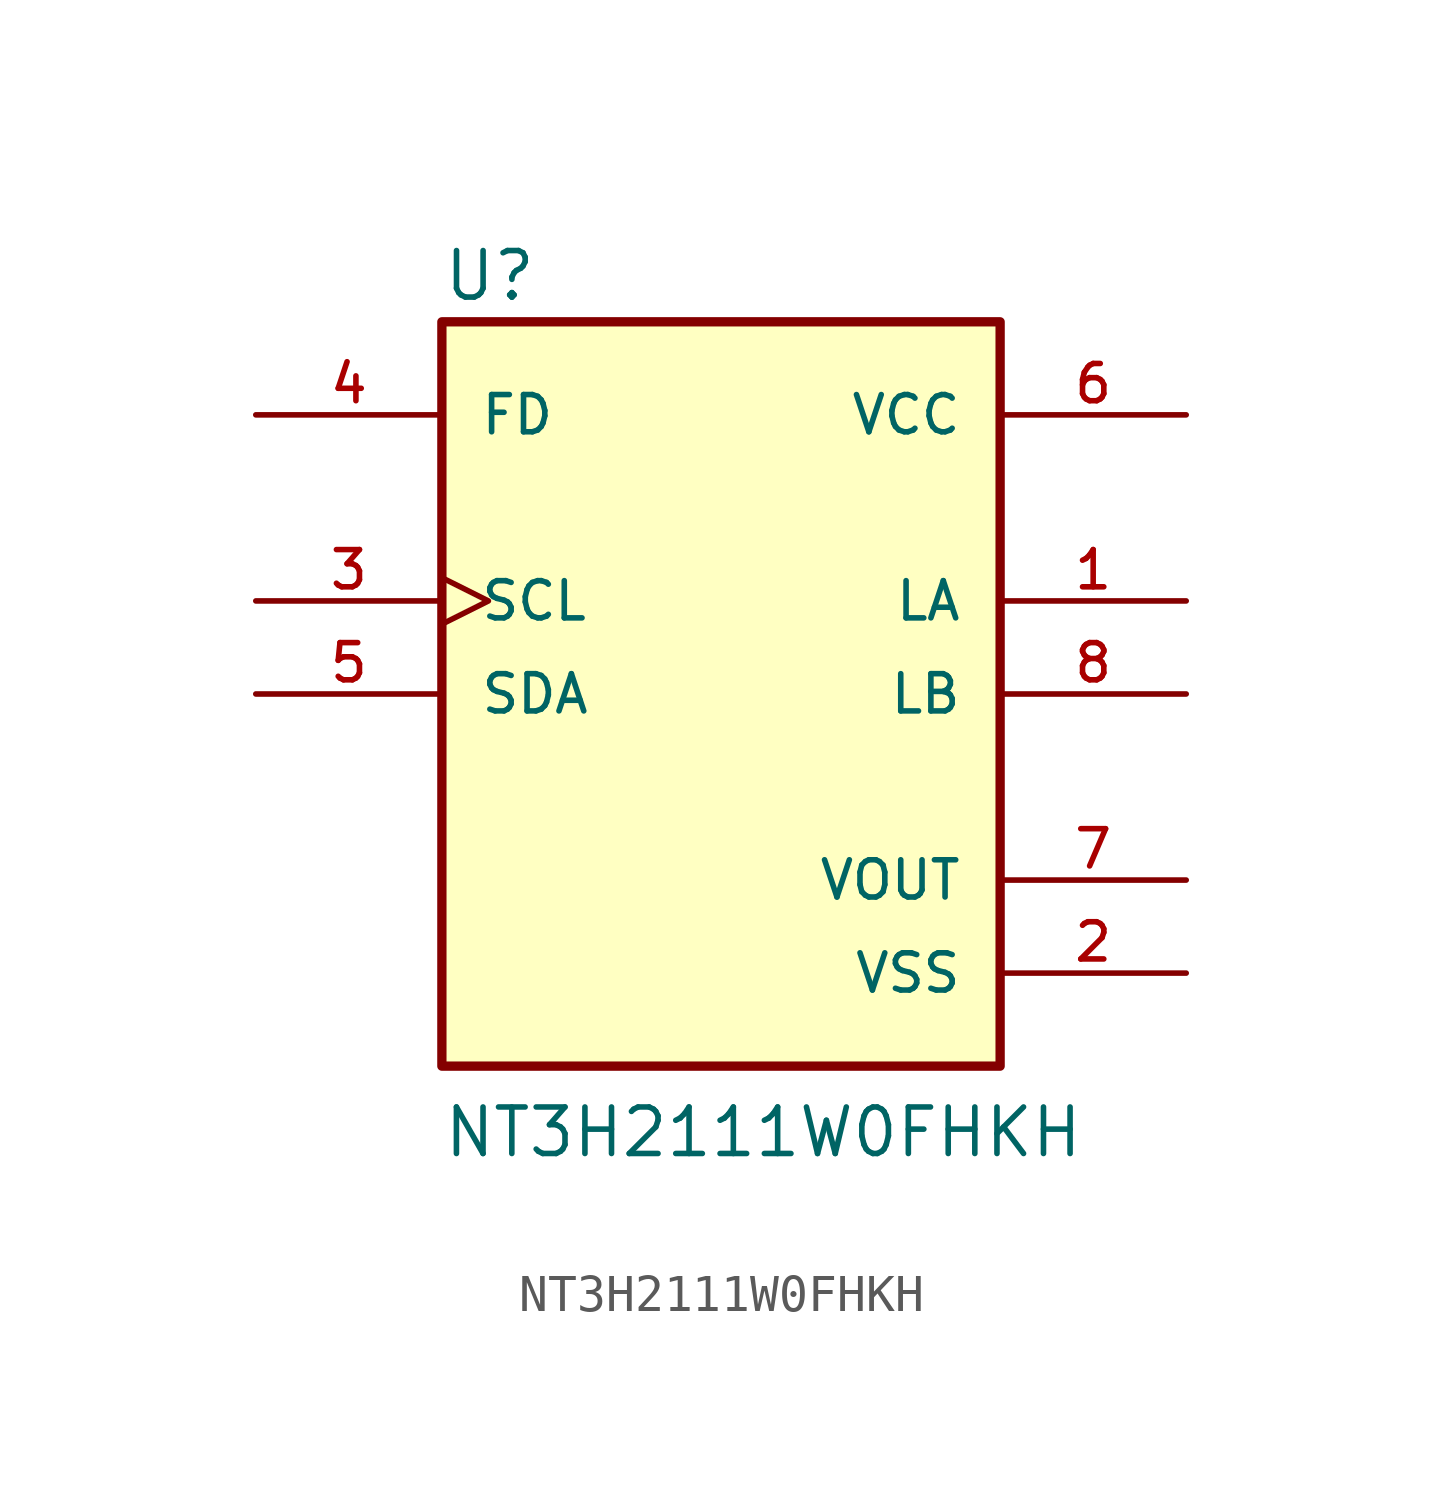
<source format=kicad_sym>
(kicad_symbol_lib
  (version 20241209)
  (generator "kicad_symbol_editor")
  (generator_version "9.0")
  (symbol "NT3H2111W0FHKH"
    (pin_names
      (offset 1.016))
    (property "Reference" "U"
      (at -7.623 10.672 0)
      (effects (font (size 1.27 1.27)) (justify left bottom)))
    (property "Value" "NT3H2111W0FHKH"
      (at -7.625 -12.708 0)
      (effects (font (size 1.27 1.27)) (justify left bottom)))
    (symbol "NT3H2111W0FHKH_0_0"
      (rectangle (start -7.62 -10.16) (end 7.62 10.16) (stroke (width 0.254) (type default)) (fill (type background)))
      (pin input line (at -12.7 7.62 0) (length 5.08) (name "FD" (effects (font (size 1.016 1.016)))) (number "4" (effects (font (size 1.016 1.016)))))
      (pin input clock (at -12.7 2.54 0) (length 5.08) (name "SCL" (effects (font (size 1.016 1.016)))) (number "3" (effects (font (size 1.016 1.016)))))
      (pin bidirectional line (at -12.7 0 0) (length 5.08) (name "SDA" (effects (font (size 1.016 1.016)))) (number "5" (effects (font (size 1.016 1.016)))))
      (pin power_in line (at 12.7 7.62 180) (length 5.08) (name "VCC" (effects (font (size 1.016 1.016)))) (number "6" (effects (font (size 1.016 1.016)))))
      (pin bidirectional line (at 12.7 2.54 180) (length 5.08) (name "LA" (effects (font (size 1.016 1.016)))) (number "1" (effects (font (size 1.016 1.016)))))
      (pin bidirectional line (at 12.7 0 180) (length 5.08) (name "LB" (effects (font (size 1.016 1.016)))) (number "8" (effects (font (size 1.016 1.016)))))
      (pin output line (at 12.7 -5.08 180) (length 5.08) (name "VOUT" (effects (font (size 1.016 1.016)))) (number "7" (effects (font (size 1.016 1.016)))))
      (pin power_in line (at 12.7 -7.62 180) (length 5.08) (name "VSS" (effects (font (size 1.016 1.016)))) (number "2" (effects (font (size 1.016 1.016))))))))
</source>
